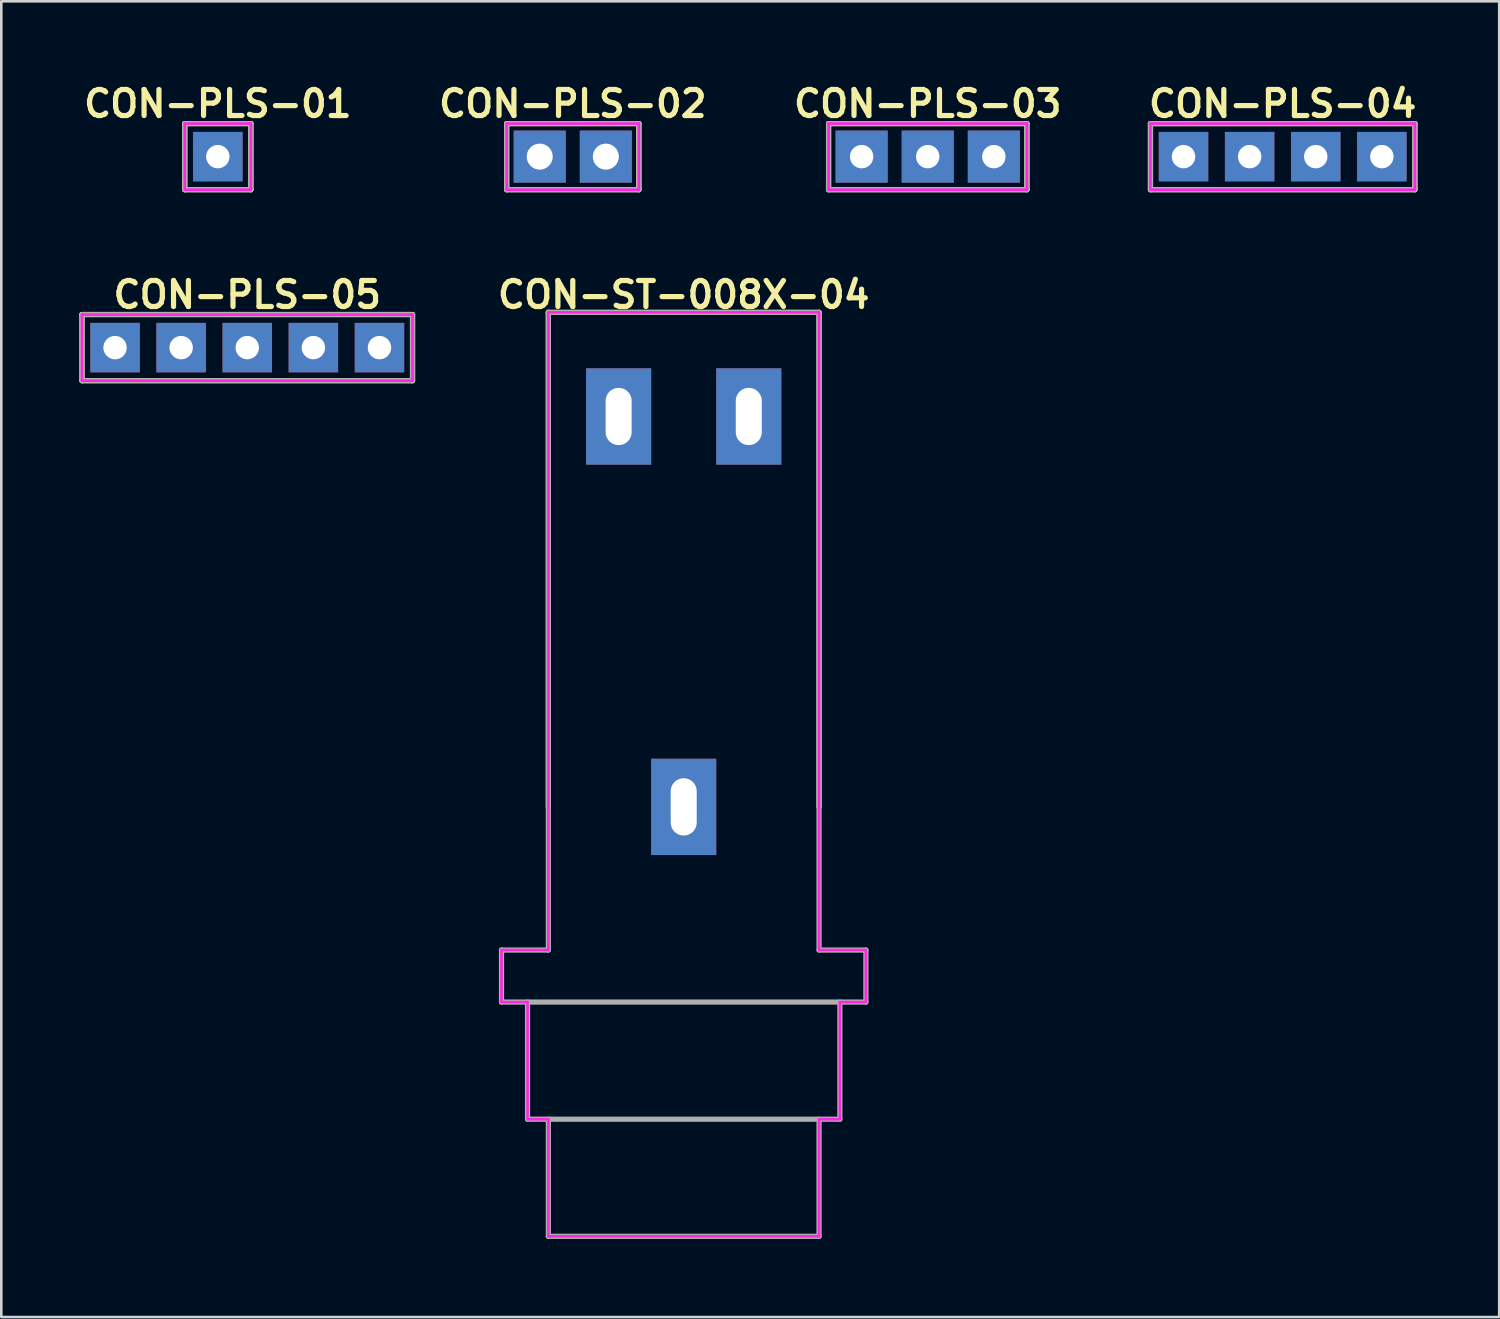
<source format=kicad_pcb>
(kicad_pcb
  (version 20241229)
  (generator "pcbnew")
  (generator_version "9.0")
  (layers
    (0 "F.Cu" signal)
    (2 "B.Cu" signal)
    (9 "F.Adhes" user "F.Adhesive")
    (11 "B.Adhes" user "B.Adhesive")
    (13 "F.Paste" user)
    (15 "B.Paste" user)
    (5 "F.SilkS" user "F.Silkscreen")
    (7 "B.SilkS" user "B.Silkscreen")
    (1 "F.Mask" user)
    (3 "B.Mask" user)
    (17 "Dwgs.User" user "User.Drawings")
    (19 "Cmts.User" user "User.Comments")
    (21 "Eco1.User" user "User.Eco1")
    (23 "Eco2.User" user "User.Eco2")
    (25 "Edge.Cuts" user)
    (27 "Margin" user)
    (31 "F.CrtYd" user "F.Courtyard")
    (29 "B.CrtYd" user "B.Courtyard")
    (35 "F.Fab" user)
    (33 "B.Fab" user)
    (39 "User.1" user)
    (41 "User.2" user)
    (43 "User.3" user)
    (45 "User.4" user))
  (footprint "CON-PLS-01"
    (layer "F.Cu")
    (at 5.319 2.968)
    (property "Reference" "CON-PLS-01" (at 0 -2.032 0) (layer "F.SilkS") (effects (font (size 1 1) (thickness 0.2))))
    (attr through_hole)
    (fp_line (start -1.27 -1.27) (end -1.27 1.27) (stroke (width 0.2) (type solid)) (layer "F.SilkS"))
    (fp_line (start -1.27 -1.27) (end 1.27 -1.27) (stroke (width 0.2) (type solid)) (layer "F.SilkS"))
    (fp_line (start -1.27 1.27) (end 1.27 1.27) (stroke (width 0.2) (type solid)) (layer "F.SilkS"))
    (fp_line (start 1.27 -1.27) (end 1.27 1.27) (stroke (width 0.2) (type solid)) (layer "F.SilkS"))
    (fp_line (start -1.27 -1.27) (end -1.27 1.27) (stroke (width 0.1) (type solid)) (layer "F.CrtYd"))
    (fp_line (start -1.27 -1.27) (end 1.27 -1.27) (stroke (width 0.1) (type solid)) (layer "F.CrtYd"))
    (fp_line (start -1.27 1.27) (end 1.27 1.27) (stroke (width 0.1) (type solid)) (layer "F.CrtYd"))
    (fp_line (start 1.27 -1.27) (end 1.27 1.27) (stroke (width 0.1) (type solid)) (layer "F.CrtYd"))
    (fp_line (start -1.27 -1.27) (end -1.27 1.27) (stroke (width 0.2) (type solid)) (layer "F.Fab"))
    (fp_line (start -1.27 -1.27) (end 1.27 -1.27) (stroke (width 0.2) (type solid)) (layer "F.Fab"))
    (fp_line (start -1.27 1.27) (end 1.27 1.27) (stroke (width 0.2) (type solid)) (layer "F.Fab"))
    (fp_line (start 1.27 -1.27) (end 1.27 1.27) (stroke (width 0.2) (type solid)) (layer "F.Fab"))
    (pad "1" thru_hole rect (at 0 0) (size 1.9 1.9) (drill 0.9) (layers "B.Cu" "B.Mask")))
  (footprint "CON-PLS-02"
    (layer "F.Cu")
    (at 18.957 2.968)
    (property "Reference" "CON-PLS-02" (at 0 -2.032 0) (layer "F.SilkS") (effects (font (size 1 1) (thickness 0.2))))
    (attr through_hole)
    (fp_line (start -2.54 -1.27) (end -2.54 1.27) (stroke (width 0.2) (type solid)) (layer "F.SilkS"))
    (fp_line (start -2.54 -1.27) (end 2.54 -1.27) (stroke (width 0.2) (type solid)) (layer "F.SilkS"))
    (fp_line (start -2.54 1.27) (end 2.54 1.27) (stroke (width 0.2) (type solid)) (layer "F.SilkS"))
    (fp_line (start 2.54 -1.27) (end 2.54 1.27) (stroke (width 0.2) (type solid)) (layer "F.SilkS"))
    (fp_line (start -2.54 -1.27) (end -2.54 1.27) (stroke (width 0.1) (type solid)) (layer "F.CrtYd"))
    (fp_line (start -2.54 -1.27) (end 2.54 -1.27) (stroke (width 0.1) (type solid)) (layer "F.CrtYd"))
    (fp_line (start -2.54 1.27) (end 2.54 1.27) (stroke (width 0.1) (type solid)) (layer "F.CrtYd"))
    (fp_line (start 2.54 -1.27) (end 2.54 1.27) (stroke (width 0.1) (type solid)) (layer "F.CrtYd"))
    (fp_line (start -2.54 -1.27) (end -2.54 1.27) (stroke (width 0.2) (type solid)) (layer "F.Fab"))
    (fp_line (start -2.54 -1.27) (end 2.54 -1.27) (stroke (width 0.2) (type solid)) (layer "F.Fab"))
    (fp_line (start -2.54 1.27) (end 2.54 1.27) (stroke (width 0.2) (type solid)) (layer "F.Fab"))
    (fp_line (start 2.54 -1.27) (end 2.54 1.27) (stroke (width 0.2) (type solid)) (layer "F.Fab"))
    (pad "1" thru_hole rect (at -1.27 0) (size 2 2) (drill 1) (layers "B.Cu" "B.Mask"))
    (pad "2" thru_hole rect (at 1.27 0) (size 2 2) (drill 1) (layers "B.Cu" "B.Mask")))
  (footprint "CON-PLS-04"
    (layer "F.Cu")
    (at 46.233 2.968)
    (property "Reference" "CON-PLS-04" (at 0 -2.032 0) (layer "F.SilkS") (effects (font (size 1 1) (thickness 0.2))))
    (attr through_hole)
    (fp_line (start -5.08 -1.27) (end -5.08 1.27) (stroke (width 0.2) (type solid)) (layer "F.SilkS"))
    (fp_line (start -5.08 -1.27) (end 5.08 -1.27) (stroke (width 0.2) (type solid)) (layer "F.SilkS"))
    (fp_line (start -5.08 1.27) (end 5.08 1.27) (stroke (width 0.2) (type solid)) (layer "F.SilkS"))
    (fp_line (start 5.08 -1.27) (end 5.08 1.27) (stroke (width 0.2) (type solid)) (layer "F.SilkS"))
    (fp_line (start -5.08 -1.27) (end -5.08 1.27) (stroke (width 0.1) (type solid)) (layer "F.CrtYd"))
    (fp_line (start -5.08 -1.27) (end 5.08 -1.27) (stroke (width 0.1) (type solid)) (layer "F.CrtYd"))
    (fp_line (start -5.08 1.27) (end 5.08 1.27) (stroke (width 0.1) (type solid)) (layer "F.CrtYd"))
    (fp_line (start 5.08 -1.27) (end 5.08 1.27) (stroke (width 0.1) (type solid)) (layer "F.CrtYd"))
    (fp_line (start -5.08 -1.27) (end -5.08 1.27) (stroke (width 0.2) (type solid)) (layer "F.Fab"))
    (fp_line (start -5.08 -1.27) (end 5.08 -1.27) (stroke (width 0.2) (type solid)) (layer "F.Fab"))
    (fp_line (start -5.08 1.27) (end 5.08 1.27) (stroke (width 0.2) (type solid)) (layer "F.Fab"))
    (fp_line (start 5.08 -1.27) (end 5.08 1.27) (stroke (width 0.2) (type solid)) (layer "F.Fab"))
    (pad "1" thru_hole rect (at -3.81 0) (size 1.9 1.9) (drill 0.9) (layers "B.Cu" "B.Mask"))
    (pad "2" thru_hole rect (at -1.27 0) (size 1.9 1.9) (drill 0.9) (layers "B.Cu" "B.Mask"))
    (pad "3" thru_hole rect (at 1.27 0) (size 1.9 1.9) (drill 0.9) (layers "B.Cu" "B.Mask"))
    (pad "4" thru_hole rect (at 3.81 0) (size 1.9 1.9) (drill 0.9) (layers "B.Cu" "B.Mask")))
  (footprint "CON-PLS-05"
    (layer "F.Cu")
    (at 6.45 10.306)
    (property "Reference" "CON-PLS-05" (at 0 -2.032 0) (layer "F.SilkS") (effects (font (size 1 1) (thickness 0.2))))
    (attr through_hole)
    (fp_line (start -6.35 -1.27) (end -6.35 1.27) (stroke (width 0.2) (type solid)) (layer "F.SilkS"))
    (fp_line (start -6.35 -1.27) (end 6.35 -1.27) (stroke (width 0.2) (type solid)) (layer "F.SilkS"))
    (fp_line (start -6.35 1.27) (end 6.35 1.27) (stroke (width 0.2) (type solid)) (layer "F.SilkS"))
    (fp_line (start 6.35 -1.27) (end 6.35 1.27) (stroke (width 0.2) (type solid)) (layer "F.SilkS"))
    (fp_line (start -6.35 -1.27) (end -6.35 1.27) (stroke (width 0.1) (type solid)) (layer "F.CrtYd"))
    (fp_line (start -6.35 -1.27) (end 6.35 -1.27) (stroke (width 0.1) (type solid)) (layer "F.CrtYd"))
    (fp_line (start -6.35 1.27) (end 6.35 1.27) (stroke (width 0.1) (type solid)) (layer "F.CrtYd"))
    (fp_line (start 6.35 -1.27) (end 6.35 1.27) (stroke (width 0.1) (type solid)) (layer "F.CrtYd"))
    (fp_line (start -6.35 -1.27) (end -6.35 1.27) (stroke (width 0.2) (type solid)) (layer "F.Fab"))
    (fp_line (start -6.35 -1.27) (end 6.35 -1.27) (stroke (width 0.2) (type solid)) (layer "F.Fab"))
    (fp_line (start -6.35 1.27) (end 6.35 1.27) (stroke (width 0.2) (type solid)) (layer "F.Fab"))
    (fp_line (start 6.35 -1.27) (end 6.35 1.27) (stroke (width 0.2) (type solid)) (layer "F.Fab"))
    (pad "1" thru_hole rect (at -5.08 0) (size 1.9 1.9) (drill 0.9) (layers "B.Cu" "B.Mask"))
    (pad "2" thru_hole rect (at -2.54 0) (size 1.9 1.9) (drill 0.9) (layers "B.Cu" "B.Mask"))
    (pad "3" thru_hole rect (at 0 0) (size 1.9 1.9) (drill 0.9) (layers "B.Cu" "B.Mask"))
    (pad "4" thru_hole rect (at 2.54 0) (size 1.9 1.9) (drill 0.9) (layers "B.Cu" "B.Mask"))
    (pad "5" thru_hole rect (at 5.08 0) (size 1.9 1.9) (drill 0.9) (layers "B.Cu" "B.Mask")))
  (footprint "CON-PLS-03"
    (layer "F.Cu")
    (at 32.595 2.968)
    (property "Reference" "CON-PLS-03" (at 0 -2.032 0) (layer "F.SilkS") (effects (font (size 1 1) (thickness 0.2))))
    (attr through_hole)
    (fp_line (start -3.81 -1.27) (end -3.81 1.27) (stroke (width 0.2) (type solid)) (layer "F.SilkS"))
    (fp_line (start -3.81 -1.27) (end 3.81 -1.27) (stroke (width 0.2) (type solid)) (layer "F.SilkS"))
    (fp_line (start -3.81 1.27) (end 3.81 1.27) (stroke (width 0.2) (type solid)) (layer "F.SilkS"))
    (fp_line (start 3.81 -1.27) (end 3.81 1.27) (stroke (width 0.2) (type solid)) (layer "F.SilkS"))
    (fp_line (start -3.81 -1.27) (end -3.81 1.27) (stroke (width 0.1) (type solid)) (layer "F.CrtYd"))
    (fp_line (start -3.81 -1.27) (end 3.81 -1.27) (stroke (width 0.1) (type solid)) (layer "F.CrtYd"))
    (fp_line (start -3.81 1.27) (end 3.81 1.27) (stroke (width 0.1) (type solid)) (layer "F.CrtYd"))
    (fp_line (start 3.81 -1.27) (end 3.81 1.27) (stroke (width 0.1) (type solid)) (layer "F.CrtYd"))
    (fp_line (start -3.81 -1.27) (end -3.81 1.27) (stroke (width 0.2) (type solid)) (layer "F.Fab"))
    (fp_line (start -3.81 -1.27) (end 3.81 -1.27) (stroke (width 0.2) (type solid)) (layer "F.Fab"))
    (fp_line (start -3.81 1.27) (end 3.81 1.27) (stroke (width 0.2) (type solid)) (layer "F.Fab"))
    (fp_line (start 3.81 -1.27) (end 3.81 1.27) (stroke (width 0.2) (type solid)) (layer "F.Fab"))
    (pad "1" thru_hole rect (at -2.54 0) (size 2 2) (drill 0.9) (layers "B.Cu" "B.Mask"))
    (pad "2" thru_hole rect (at 0 0) (size 2 2) (drill 0.9) (layers "B.Cu" "B.Mask"))
    (pad "3" thru_hole rect (at 2.54 0) (size 2 2) (drill 0.9) (layers "B.Cu" "B.Mask")))
  (footprint "CON-ST-008X-04"
    (layer "F.Cu")
    (at 23.219 35.452)
    (property "Reference" "CON-ST-008X-04" (at 0 -27.178 0) (layer "F.SilkS") (effects (font (size 1 1) (thickness 0.2))))
    (attr through_hole)
    (fp_line (start -5.2 -26.5) (end -5.2 -7.5) (stroke (width 0.2) (type solid)) (layer "F.SilkS"))
    (fp_line (start -5.2 -26.5) (end 5.2 -26.5) (stroke (width 0.2) (type solid)) (layer "F.SilkS"))
    (fp_line (start 5.2 -26.5) (end 5.2 -7.5) (stroke (width 0.2) (type solid)) (layer "F.SilkS"))
    (fp_line (start -7 -2) (end -7 0) (stroke (width 0.1) (type solid)) (layer "F.CrtYd"))
    (fp_line (start -7 -2) (end -5.2 -2) (stroke (width 0.1) (type solid)) (layer "F.CrtYd"))
    (fp_line (start -7 0) (end -6 0) (stroke (width 0.1) (type solid)) (layer "F.CrtYd"))
    (fp_line (start -6 0) (end -6 4.5) (stroke (width 0.1) (type solid)) (layer "F.CrtYd"))
    (fp_line (start -6 4.5) (end -5.2 4.5) (stroke (width 0.1) (type solid)) (layer "F.CrtYd"))
    (fp_line (start -5.2 -26.5) (end -5.2 -2) (stroke (width 0.1) (type solid)) (layer "F.CrtYd"))
    (fp_line (start -5.2 -26.5) (end 5.2 -26.5) (stroke (width 0.1) (type solid)) (layer "F.CrtYd"))
    (fp_line (start -5.2 4.5) (end -5.2 9) (stroke (width 0.1) (type solid)) (layer "F.CrtYd"))
    (fp_line (start -5.2 9) (end 5.2 9) (stroke (width 0.1) (type solid)) (layer "F.CrtYd"))
    (fp_line (start 5.2 -26.5) (end 5.2 -2) (stroke (width 0.1) (type solid)) (layer "F.CrtYd"))
    (fp_line (start 5.2 -2) (end 7 -2) (stroke (width 0.1) (type solid)) (layer "F.CrtYd"))
    (fp_line (start 5.2 4.5) (end 5.2 9) (stroke (width 0.1) (type solid)) (layer "F.CrtYd"))
    (fp_line (start 5.2 4.5) (end 6 4.5) (stroke (width 0.1) (type solid)) (layer "F.CrtYd"))
    (fp_line (start 6 0) (end 6 4.5) (stroke (width 0.1) (type solid)) (layer "F.CrtYd"))
    (fp_line (start 6 0) (end 7 0) (stroke (width 0.1) (type solid)) (layer "F.CrtYd"))
    (fp_line (start 7 -2) (end 7 0) (stroke (width 0.1) (type solid)) (layer "F.CrtYd"))
    (fp_line (start -7 -2) (end -7 0) (stroke (width 0.2) (type solid)) (layer "F.Fab"))
    (fp_line (start -7 -2) (end -5.2 -2) (stroke (width 0.2) (type solid)) (layer "F.Fab"))
    (fp_line (start -7 0) (end 7 0) (stroke (width 0.2) (type solid)) (layer "F.Fab"))
    (fp_line (start -6 0) (end -6 4.5) (stroke (width 0.2) (type solid)) (layer "F.Fab"))
    (fp_line (start -6 4.5) (end 6 4.5) (stroke (width 0.2) (type solid)) (layer "F.Fab"))
    (fp_line (start -5.2 -26.5) (end -5.2 -2) (stroke (width 0.2) (type solid)) (layer "F.Fab"))
    (fp_line (start -5.2 -26.5) (end 5.2 -26.5) (stroke (width 0.2) (type solid)) (layer "F.Fab"))
    (fp_line (start -5.2 4.5) (end -5.2 9) (stroke (width 0.2) (type solid)) (layer "F.Fab"))
    (fp_line (start -5.2 9) (end 5.2 9) (stroke (width 0.2) (type solid)) (layer "F.Fab"))
    (fp_line (start 5.2 -26.5) (end 5.2 -2) (stroke (width 0.2) (type solid)) (layer "F.Fab"))
    (fp_line (start 5.2 -2) (end 7 -2) (stroke (width 0.2) (type solid)) (layer "F.Fab"))
    (fp_line (start 5.2 4.5) (end 5.2 9) (stroke (width 0.2) (type solid)) (layer "F.Fab"))
    (fp_line (start 6 0) (end 6 4.5) (stroke (width 0.2) (type solid)) (layer "F.Fab"))
    (fp_line (start 7 -2) (end 7 0) (stroke (width 0.2) (type solid)) (layer "F.Fab"))
    (pad "R" thru_hole rect (at -2.5 -22.5) (size 2.5 3.7) (drill oval 1 2.2) (layers "B.Cu" "B.Mask"))
    (pad "S" thru_hole rect (at 0 -7.5) (size 2.5 3.7) (drill oval 1 2.2) (layers "B.Cu" "B.Mask"))
    (pad "T" thru_hole rect (at 2.5 -22.5) (size 2.5 3.7) (drill oval 1 2.2) (layers "B.Cu" "B.Mask")))
  (gr_rect
    (start -3 -3)
    (end 54.552 47.552)
    (stroke (width 0.1) (type default))
    (fill no)
    (layer "Edge.Cuts")))
</source>
